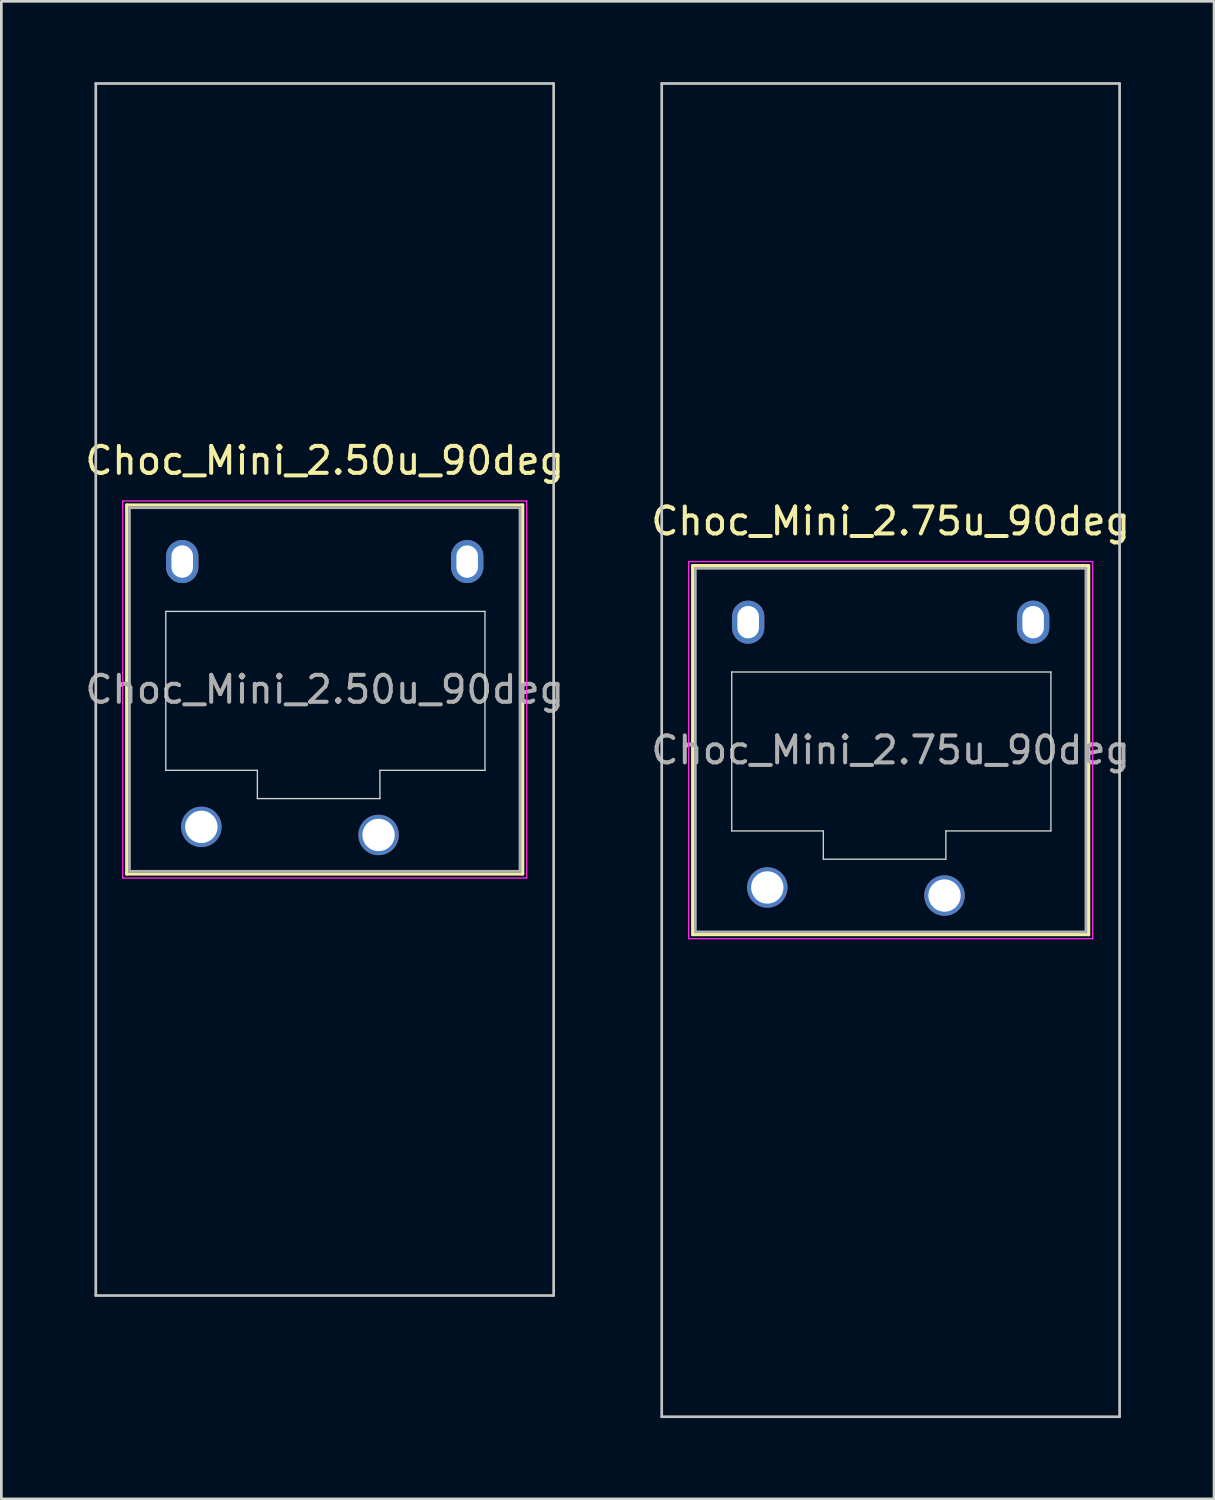
<source format=kicad_pcb>
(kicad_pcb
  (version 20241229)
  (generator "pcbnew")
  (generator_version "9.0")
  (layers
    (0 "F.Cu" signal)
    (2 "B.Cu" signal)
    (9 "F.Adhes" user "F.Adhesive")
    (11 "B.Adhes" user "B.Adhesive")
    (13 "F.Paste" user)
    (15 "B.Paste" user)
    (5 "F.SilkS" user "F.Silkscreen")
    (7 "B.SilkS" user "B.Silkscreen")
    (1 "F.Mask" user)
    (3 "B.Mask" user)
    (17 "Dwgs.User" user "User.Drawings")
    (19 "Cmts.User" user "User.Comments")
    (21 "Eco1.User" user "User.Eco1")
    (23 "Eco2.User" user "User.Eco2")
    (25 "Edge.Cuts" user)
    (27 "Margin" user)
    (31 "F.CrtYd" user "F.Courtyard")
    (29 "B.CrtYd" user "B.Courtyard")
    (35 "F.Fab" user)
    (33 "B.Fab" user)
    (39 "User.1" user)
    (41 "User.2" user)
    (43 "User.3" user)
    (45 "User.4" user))
  (footprint "Choc_Mini_2.50u_90deg"
    (layer "F.Cu")
    (at 9.006 22.55)
    (property "Reference" "Choc_Mini_2.50u_90deg" (at 0 -8.5 0) (layer "F.SilkS") (effects (font (size 1 1) (thickness 0.15))))
    (attr through_hole)
    (fp_line (start -7.35 -6.85) (end -7.35 6.85) (stroke (width 0.12) (type solid)) (layer "F.SilkS"))
    (fp_line (start -7.35 6.85) (end 7.35 6.85) (stroke (width 0.12) (type solid)) (layer "F.SilkS"))
    (fp_line (start 7.35 -6.85) (end -7.35 -6.85) (stroke (width 0.12) (type solid)) (layer "F.SilkS"))
    (fp_line (start 7.35 6.85) (end 7.35 -6.85) (stroke (width 0.12) (type solid)) (layer "F.SilkS"))
    (fp_line (start -8.5 -22.5) (end 8.5 -22.5) (stroke (width 0.1) (type solid)) (layer "Dwgs.User"))
    (fp_line (start -8.5 22.5) (end -8.5 -22.5) (stroke (width 0.1) (type solid)) (layer "Dwgs.User"))
    (fp_line (start 8.5 -22.5) (end 8.5 22.5) (stroke (width 0.1) (type solid)) (layer "Dwgs.User"))
    (fp_line (start 8.5 22.5) (end -8.5 22.5) (stroke (width 0.1) (type solid)) (layer "Dwgs.User"))
    (fp_line (start -6.85 -6.35) (end -6.85 6.35) (stroke (width 0.1) (type solid)) (layer "Eco1.User"))
    (fp_line (start -6.85 6.35) (end 6.85 6.35) (stroke (width 0.1) (type solid)) (layer "Eco1.User"))
    (fp_line (start 6.85 -6.35) (end -6.85 -6.35) (stroke (width 0.1) (type solid)) (layer "Eco1.User"))
    (fp_line (start 6.85 6.35) (end 6.85 -6.35) (stroke (width 0.1) (type solid)) (layer "Eco1.User"))
    (fp_line (start -5.9 -2.9) (end -5.9 3) (stroke (width 0.05) (type solid)) (layer "Edge.Cuts"))
    (fp_line (start -5.9 3) (end -2.5 3) (stroke (width 0.05) (type solid)) (layer "Edge.Cuts"))
    (fp_line (start -2.5 3) (end -2.5 4.05) (stroke (width 0.05) (type solid)) (layer "Edge.Cuts"))
    (fp_line (start -2.5 4.05) (end 2.05 4.05) (stroke (width 0.05) (type solid)) (layer "Edge.Cuts"))
    (fp_line (start 2.05 3) (end 5.95 3) (stroke (width 0.05) (type solid)) (layer "Edge.Cuts"))
    (fp_line (start 2.05 4.05) (end 2.05 3) (stroke (width 0.05) (type solid)) (layer "Edge.Cuts"))
    (fp_line (start 5.95 -2.9) (end -5.9 -2.9) (stroke (width 0.05) (type solid)) (layer "Edge.Cuts"))
    (fp_line (start 5.95 3) (end 5.95 -2.9) (stroke (width 0.05) (type solid)) (layer "Edge.Cuts"))
    (fp_line (start -7.5 -7) (end -7.5 7) (stroke (width 0.05) (type solid)) (layer "F.CrtYd"))
    (fp_line (start -7.5 7) (end 7.5 7) (stroke (width 0.05) (type solid)) (layer "F.CrtYd"))
    (fp_line (start 7.5 -7) (end -7.5 -7) (stroke (width 0.05) (type solid)) (layer "F.CrtYd"))
    (fp_line (start 7.5 7) (end 7.5 -7) (stroke (width 0.05) (type solid)) (layer "F.CrtYd"))
    (fp_line (start -7.25 -6.75) (end -7.25 6.75) (stroke (width 0.1) (type solid)) (layer "F.Fab"))
    (fp_line (start -7.25 6.75) (end 7.25 6.75) (stroke (width 0.1) (type solid)) (layer "F.Fab"))
    (fp_line (start 7.25 -6.75) (end -7.25 -6.75) (stroke (width 0.1) (type solid)) (layer "F.Fab"))
    (fp_line (start 7.25 6.75) (end 7.25 -6.75) (stroke (width 0.1) (type solid)) (layer "F.Fab"))
    (fp_text user "${REFERENCE}" (at 0 0 0) (layer "F.Fab") (effects (font (size 1 1) (thickness 0.15))))
    (pad "" np_thru_hole oval (at -5.29 -4.75) (size 1.2 1.6) (drill oval 0.8 1.2) (layers "*.Cu" "*.Mask"))
    (pad "" np_thru_hole oval (at 5.29 -4.75) (size 1.2 1.6) (drill oval 0.8 1.2) (layers "*.Cu" "*.Mask"))
    (pad "1" thru_hole circle (at 2 5.4) (size 1.5 1.5) (drill 1.2) (layers "*.Cu" "*.Mask"))
    (pad "2" thru_hole circle (at -4.58 5.1) (size 1.5 1.5) (drill 1.2) (layers "*.Cu" "*.Mask")))
  (footprint "Choc_Mini_2.75u_90deg"
    (layer "F.Cu")
    (at 30.018 24.8)
    (property "Reference" "Choc_Mini_2.75u_90deg" (at 0 -8.5 0) (layer "F.SilkS") (effects (font (size 1 1) (thickness 0.15))))
    (attr through_hole)
    (fp_line (start -7.35 -6.85) (end -7.35 6.85) (stroke (width 0.12) (type solid)) (layer "F.SilkS"))
    (fp_line (start -7.35 6.85) (end 7.35 6.85) (stroke (width 0.12) (type solid)) (layer "F.SilkS"))
    (fp_line (start 7.35 -6.85) (end -7.35 -6.85) (stroke (width 0.12) (type solid)) (layer "F.SilkS"))
    (fp_line (start 7.35 6.85) (end 7.35 -6.85) (stroke (width 0.12) (type solid)) (layer "F.SilkS"))
    (fp_line (start -8.5 -24.75) (end 8.5 -24.75) (stroke (width 0.1) (type solid)) (layer "Dwgs.User"))
    (fp_line (start -8.5 24.75) (end -8.5 -24.75) (stroke (width 0.1) (type solid)) (layer "Dwgs.User"))
    (fp_line (start 8.5 -24.75) (end 8.5 24.75) (stroke (width 0.1) (type solid)) (layer "Dwgs.User"))
    (fp_line (start 8.5 24.75) (end -8.5 24.75) (stroke (width 0.1) (type solid)) (layer "Dwgs.User"))
    (fp_line (start -6.85 -6.35) (end -6.85 6.35) (stroke (width 0.1) (type solid)) (layer "Eco1.User"))
    (fp_line (start -6.85 6.35) (end 6.85 6.35) (stroke (width 0.1) (type solid)) (layer "Eco1.User"))
    (fp_line (start 6.85 -6.35) (end -6.85 -6.35) (stroke (width 0.1) (type solid)) (layer "Eco1.User"))
    (fp_line (start 6.85 6.35) (end 6.85 -6.35) (stroke (width 0.1) (type solid)) (layer "Eco1.User"))
    (fp_line (start -5.9 -2.9) (end -5.9 3) (stroke (width 0.05) (type solid)) (layer "Edge.Cuts"))
    (fp_line (start -5.9 3) (end -2.5 3) (stroke (width 0.05) (type solid)) (layer "Edge.Cuts"))
    (fp_line (start -2.5 3) (end -2.5 4.05) (stroke (width 0.05) (type solid)) (layer "Edge.Cuts"))
    (fp_line (start -2.5 4.05) (end 2.05 4.05) (stroke (width 0.05) (type solid)) (layer "Edge.Cuts"))
    (fp_line (start 2.05 3) (end 5.95 3) (stroke (width 0.05) (type solid)) (layer "Edge.Cuts"))
    (fp_line (start 2.05 4.05) (end 2.05 3) (stroke (width 0.05) (type solid)) (layer "Edge.Cuts"))
    (fp_line (start 5.95 -2.9) (end -5.9 -2.9) (stroke (width 0.05) (type solid)) (layer "Edge.Cuts"))
    (fp_line (start 5.95 3) (end 5.95 -2.9) (stroke (width 0.05) (type solid)) (layer "Edge.Cuts"))
    (fp_line (start -7.5 -7) (end -7.5 7) (stroke (width 0.05) (type solid)) (layer "F.CrtYd"))
    (fp_line (start -7.5 7) (end 7.5 7) (stroke (width 0.05) (type solid)) (layer "F.CrtYd"))
    (fp_line (start 7.5 -7) (end -7.5 -7) (stroke (width 0.05) (type solid)) (layer "F.CrtYd"))
    (fp_line (start 7.5 7) (end 7.5 -7) (stroke (width 0.05) (type solid)) (layer "F.CrtYd"))
    (fp_line (start -7.25 -6.75) (end -7.25 6.75) (stroke (width 0.1) (type solid)) (layer "F.Fab"))
    (fp_line (start -7.25 6.75) (end 7.25 6.75) (stroke (width 0.1) (type solid)) (layer "F.Fab"))
    (fp_line (start 7.25 -6.75) (end -7.25 -6.75) (stroke (width 0.1) (type solid)) (layer "F.Fab"))
    (fp_line (start 7.25 6.75) (end 7.25 -6.75) (stroke (width 0.1) (type solid)) (layer "F.Fab"))
    (fp_text user "${REFERENCE}" (at 0 0 0) (layer "F.Fab") (effects (font (size 1 1) (thickness 0.15))))
    (pad "" np_thru_hole oval (at -5.29 -4.75) (size 1.2 1.6) (drill oval 0.8 1.2) (layers "*.Cu" "*.Mask"))
    (pad "" np_thru_hole oval (at 5.29 -4.75) (size 1.2 1.6) (drill oval 0.8 1.2) (layers "*.Cu" "*.Mask"))
    (pad "1" thru_hole circle (at 2 5.4) (size 1.5 1.5) (drill 1.2) (layers "*.Cu" "*.Mask"))
    (pad "2" thru_hole circle (at -4.58 5.1) (size 1.5 1.5) (drill 1.2) (layers "*.Cu" "*.Mask")))
  (gr_rect
    (start -3 -3)
    (end 42.024 52.6)
    (stroke (width 0.1) (type default))
    (fill no)
    (layer "Edge.Cuts")))
</source>
